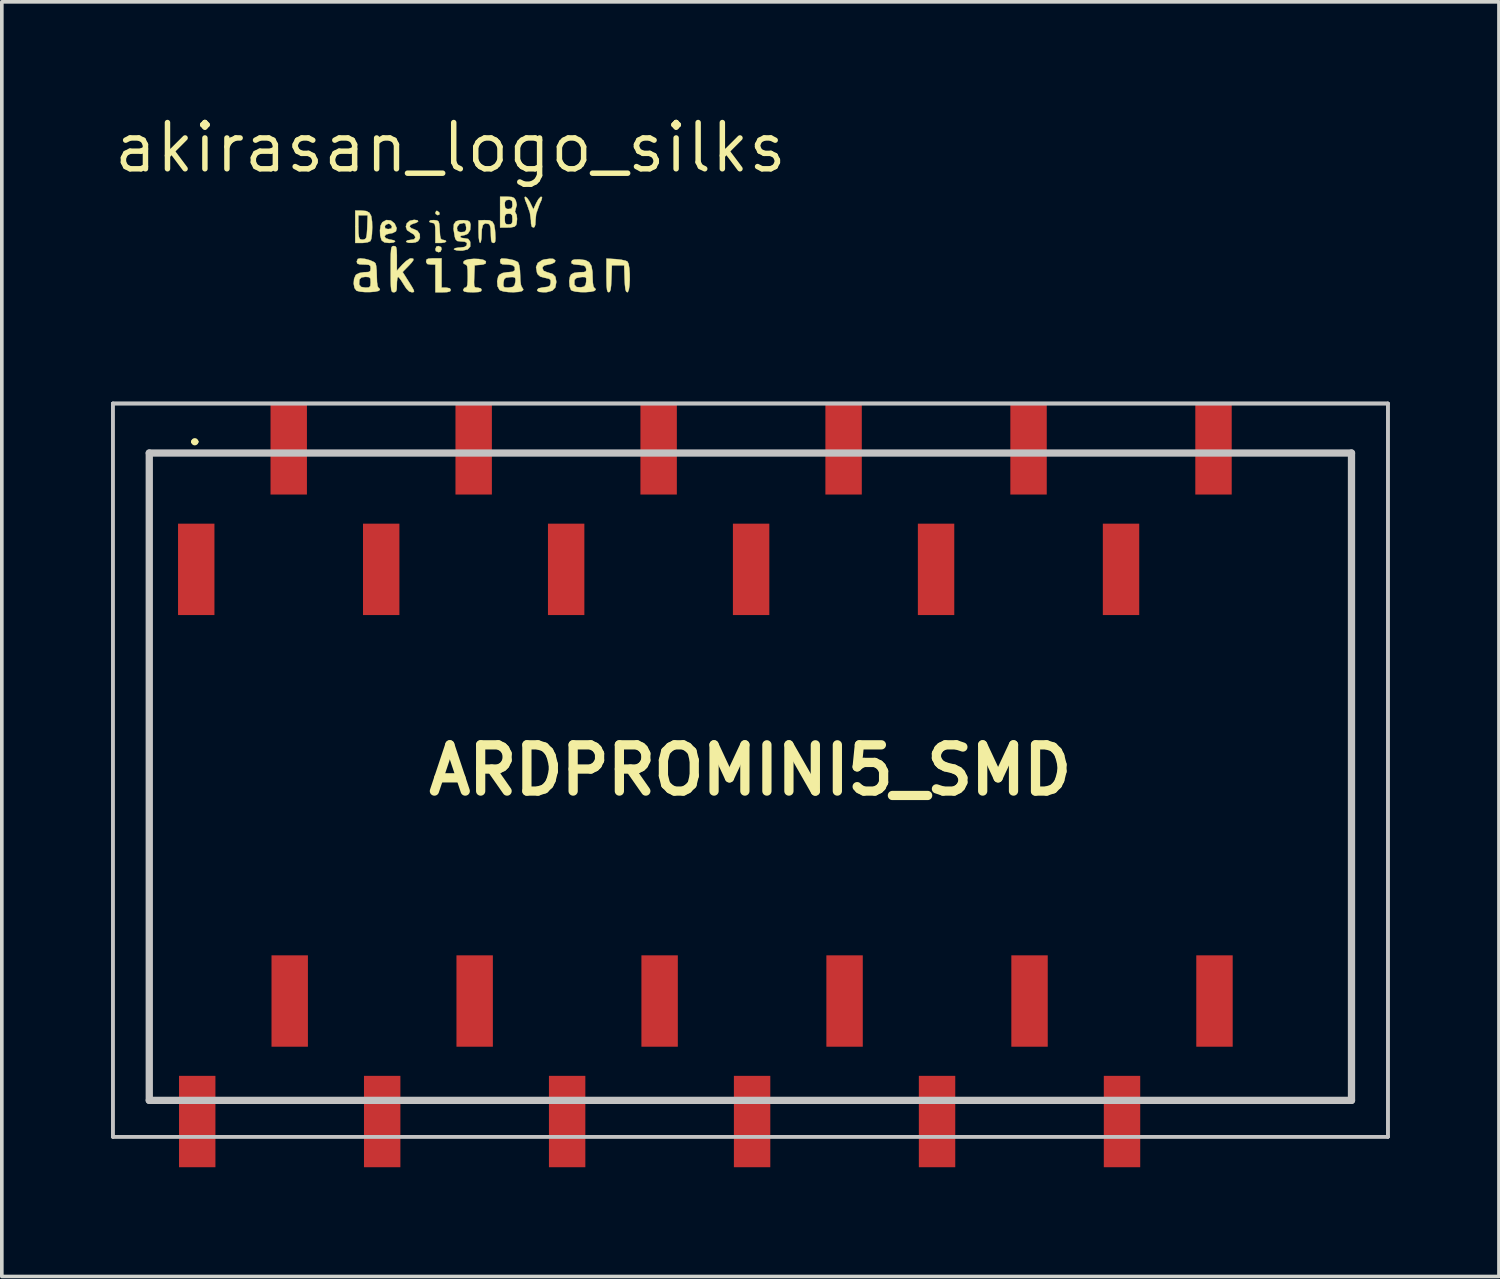
<source format=kicad_pcb>
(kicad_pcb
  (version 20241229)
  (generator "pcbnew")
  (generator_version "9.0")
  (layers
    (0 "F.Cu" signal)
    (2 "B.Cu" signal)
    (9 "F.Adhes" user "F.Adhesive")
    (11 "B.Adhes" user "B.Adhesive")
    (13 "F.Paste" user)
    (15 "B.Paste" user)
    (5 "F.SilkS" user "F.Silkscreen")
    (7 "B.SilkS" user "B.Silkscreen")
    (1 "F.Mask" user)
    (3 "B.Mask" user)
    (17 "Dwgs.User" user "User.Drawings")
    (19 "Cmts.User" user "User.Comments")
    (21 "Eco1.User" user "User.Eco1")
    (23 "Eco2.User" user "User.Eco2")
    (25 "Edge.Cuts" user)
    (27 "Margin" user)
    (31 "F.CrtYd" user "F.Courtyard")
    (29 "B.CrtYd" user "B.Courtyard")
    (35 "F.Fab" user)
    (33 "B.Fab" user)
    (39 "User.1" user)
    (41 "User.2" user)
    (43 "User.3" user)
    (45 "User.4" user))
  (footprint "akirasan_logo_silks"
    (layer "F.Cu")
    (at 9.451 4.086)
    (property "Reference" "akirasan_logo_silks" (at -0.13 -3.08 0) (layer "F.SilkS") (effects (font (size 1.27 1.27) (thickness 0.15))))
    (attr through_hole)
    (fp_poly (pts (xy -0.436 -1.3) (xy -0.429 -1.25) (xy -0.476 -1.225) (xy -0.534 -1.259) (xy -0.543 -1.292) (xy -0.518 -1.342) (xy -0.492 -1.343) (xy -0.436 -1.3)) (stroke (width 0.01) (type solid)) (fill yes) (layer "F.SilkS"))
    (fp_poly (pts (xy -0.387 -0.349) (xy -0.373 -0.294) (xy -0.403 -0.223) (xy -0.458 -0.209) (xy -0.529 -0.239) (xy -0.543 -0.294) (xy -0.513 -0.365) (xy -0.458 -0.379) (xy -0.387 -0.349)) (stroke (width 0.01) (type solid)) (fill yes) (layer "F.SilkS"))
    (fp_poly (pts (xy -0.373 0.764) (xy -0.246 0.764) (xy -0.146 0.783) (xy -0.119 0.828) (xy -0.142 0.868) (xy -0.22 0.887) (xy -0.331 0.891) (xy -0.543 0.891) (xy -0.543 0.129) (xy -0.67 0.129) (xy -0.763 0.116) (xy -0.795 0.067) (xy -0.797 0.045) (xy -0.786 -0.006) (xy -0.738 -0.031) (xy -0.634 -0.04) (xy -0.585 -0.04) (xy -0.373 -0.04) (xy -0.373 0.764)) (stroke (width 0.01) (type solid)) (fill yes) (layer "F.SilkS"))
    (fp_poly (pts (xy 2.388 -1.711) (xy 2.369 -1.638) (xy 2.316 -1.523) (xy 2.225 -1.264) (xy 2.209 -1.1) (xy 2.202 -0.966) (xy 2.179 -0.901) (xy 2.146 -0.887) (xy 2.105 -0.911) (xy 2.085 -0.992) (xy 2.082 -1.088) (xy 2.053 -1.296) (xy 1.978 -1.511) (xy 1.921 -1.649) (xy 1.91 -1.721) (xy 1.927 -1.733) (xy 1.976 -1.698) (xy 2.038 -1.61) (xy 2.065 -1.559) (xy 2.149 -1.385) (xy 2.228 -1.559) (xy 2.287 -1.664) (xy 2.345 -1.726) (xy 2.364 -1.733) (xy 2.388 -1.711)) (stroke (width 0.01) (type solid)) (fill yes) (layer "F.SilkS"))
    (fp_poly (pts (xy -0.574 -1.09) (xy -0.499 -1.08) (xy -0.457 -1.053) (xy -0.437 -0.99) (xy -0.427 -0.869) (xy -0.424 -0.813) (xy -0.414 -0.666) (xy -0.396 -0.586) (xy -0.364 -0.553) (xy -0.329 -0.548) (xy -0.261 -0.53) (xy -0.246 -0.506) (xy -0.284 -0.478) (xy -0.375 -0.464) (xy -0.395 -0.463) (xy -0.543 -0.463) (xy -0.543 -0.739) (xy -0.545 -0.887) (xy -0.557 -0.97) (xy -0.584 -1.006) (xy -0.627 -1.014) (xy -0.696 -1.033) (xy -0.712 -1.059) (xy -0.675 -1.086) (xy -0.584 -1.091) (xy -0.574 -1.09)) (stroke (width 0.01) (type solid)) (fill yes) (layer "F.SilkS"))
    (fp_poly (pts (xy 0.937 -1.086) (xy 1.022 -1.049) (xy 1.071 -0.964) (xy 1.095 -0.816) (xy 1.1 -0.741) (xy 1.107 -0.59) (xy 1.101 -0.505) (xy 1.078 -0.469) (xy 1.05 -0.463) (xy 1.01 -0.479) (xy 0.989 -0.539) (xy 0.982 -0.661) (xy 0.981 -0.713) (xy 0.974 -0.869) (xy 0.951 -0.956) (xy 0.918 -0.987) (xy 0.823 -1.002) (xy 0.763 -0.955) (xy 0.733 -0.839) (xy 0.727 -0.713) (xy 0.721 -0.579) (xy 0.704 -0.489) (xy 0.685 -0.463) (xy 0.664 -0.503) (xy 0.649 -0.609) (xy 0.643 -0.764) (xy 0.643 -0.774) (xy 0.643 -1.084) (xy 0.801 -1.09) (xy 0.937 -1.086)) (stroke (width 0.01) (type solid)) (fill yes) (layer "F.SilkS"))
    (fp_poly (pts (xy 4.413 -0.019) (xy 4.561 -0.002) (xy 4.679 0.024) (xy 4.731 0.047) (xy 4.762 0.111) (xy 4.783 0.23) (xy 4.794 0.382) (xy 4.796 0.544) (xy 4.788 0.697) (xy 4.771 0.817) (xy 4.744 0.884) (xy 4.729 0.891) (xy 4.698 0.873) (xy 4.677 0.81) (xy 4.663 0.687) (xy 4.655 0.521) (xy 4.643 0.15) (xy 4.304 0.15) (xy 4.292 0.521) (xy 4.283 0.706) (xy 4.269 0.821) (xy 4.246 0.878) (xy 4.218 0.891) (xy 4.19 0.877) (xy 4.172 0.825) (xy 4.161 0.721) (xy 4.157 0.554) (xy 4.156 0.429) (xy 4.156 -0.034) (xy 4.413 -0.019)) (stroke (width 0.01) (type solid)) (fill yes) (layer "F.SilkS"))
    (fp_poly (pts (xy -2.444 -1.34) (xy -2.356 -1.294) (xy -2.305 -1.201) (xy -2.282 -1.047) (xy -2.278 -0.892) (xy -2.285 -0.708) (xy -2.304 -0.575) (xy -2.329 -0.514) (xy -2.401 -0.482) (xy -2.519 -0.465) (xy -2.562 -0.463) (xy -2.744 -0.463) (xy -2.744 -1.225) (xy -2.659 -1.225) (xy -2.659 -0.915) (xy -2.656 -0.735) (xy -2.642 -0.624) (xy -2.612 -0.568) (xy -2.558 -0.553) (xy -2.513 -0.557) (xy -2.469 -0.572) (xy -2.441 -0.613) (xy -2.426 -0.698) (xy -2.416 -0.845) (xy -2.414 -0.897) (xy -2.402 -1.225) (xy -2.659 -1.225) (xy -2.744 -1.225) (xy -2.744 -1.352) (xy -2.578 -1.352) (xy -2.444 -1.34)) (stroke (width 0.01) (type solid)) (fill yes) (layer "F.SilkS"))
    (fp_poly (pts (xy -1.032 -1.085) (xy -1.015 -1.053) (xy -1.072 -1.016) (xy -1.139 -0.998) (xy -1.23 -0.959) (xy -1.248 -0.907) (xy -1.193 -0.861) (xy -1.153 -0.85) (xy -1.036 -0.797) (xy -0.971 -0.704) (xy -0.968 -0.596) (xy -1.017 -0.514) (xy -1.085 -0.481) (xy -1.183 -0.466) (xy -1.279 -0.468) (xy -1.34 -0.49) (xy -1.347 -0.506) (xy -1.31 -0.535) (xy -1.222 -0.548) (xy -1.22 -0.548) (xy -1.125 -0.563) (xy -1.093 -0.614) (xy -1.093 -0.623) (xy -1.131 -0.694) (xy -1.22 -0.747) (xy -1.32 -0.816) (xy -1.354 -0.909) (xy -1.328 -1.001) (xy -1.248 -1.072) (xy -1.127 -1.098) (xy -1.032 -1.085)) (stroke (width 0.01) (type solid)) (fill yes) (layer "F.SilkS"))
    (fp_poly (pts (xy -1.767 -1.081) (xy -1.666 -1.001) (xy -1.662 -0.995) (xy -1.606 -0.87) (xy -1.626 -0.783) (xy -1.722 -0.734) (xy -1.784 -0.725) (xy -1.899 -0.696) (xy -1.939 -0.645) (xy -1.906 -0.593) (xy -1.8 -0.558) (xy -1.781 -0.556) (xy -1.675 -0.534) (xy -1.647 -0.503) (xy -1.694 -0.475) (xy -1.811 -0.463) (xy -1.811 -0.463) (xy -1.941 -0.478) (xy -2.013 -0.529) (xy -2.023 -0.545) (xy -2.058 -0.665) (xy -2.065 -0.811) (xy -2.048 -0.918) (xy -1.932 -0.918) (xy -1.92 -0.862) (xy -1.845 -0.844) (xy -1.834 -0.844) (xy -1.752 -0.859) (xy -1.735 -0.911) (xy -1.736 -0.918) (xy -1.784 -0.979) (xy -1.834 -0.993) (xy -1.909 -0.96) (xy -1.932 -0.918) (xy -2.048 -0.918) (xy -2.044 -0.946) (xy -2 -1.032) (xy -1.888 -1.093) (xy -1.767 -1.081)) (stroke (width 0.01) (type solid)) (fill yes) (layer "F.SilkS"))
    (fp_poly (pts (xy 0.652 -0.022) (xy 0.769 -0.001) (xy 0.838 0.036) (xy 0.846 0.053) (xy 0.835 0.103) (xy 0.766 0.129) (xy 0.698 0.137) (xy 0.537 0.15) (xy 0.524 0.457) (xy 0.519 0.615) (xy 0.523 0.707) (xy 0.543 0.75) (xy 0.582 0.763) (xy 0.62 0.764) (xy 0.706 0.786) (xy 0.727 0.828) (xy 0.708 0.865) (xy 0.639 0.885) (xy 0.504 0.891) (xy 0.473 0.891) (xy 0.326 0.886) (xy 0.247 0.869) (xy 0.22 0.835) (xy 0.219 0.828) (xy 0.253 0.772) (xy 0.283 0.764) (xy 0.316 0.748) (xy 0.336 0.688) (xy 0.345 0.569) (xy 0.346 0.447) (xy 0.343 0.281) (xy 0.332 0.183) (xy 0.309 0.138) (xy 0.28 0.129) (xy 0.229 0.098) (xy 0.227 0.055) (xy 0.274 0.012) (xy 0.378 -0.015) (xy 0.513 -0.027) (xy 0.652 -0.022)) (stroke (width 0.01) (type solid)) (fill yes) (layer "F.SilkS"))
    (fp_poly (pts (xy 2.683 -0.027) (xy 2.703 -0.022) (xy 2.754 0.02) (xy 2.734 0.068) (xy 2.654 0.11) (xy 2.566 0.129) (xy 2.453 0.154) (xy 2.405 0.196) (xy 2.4 0.233) (xy 2.428 0.301) (xy 2.523 0.341) (xy 2.541 0.345) (xy 2.68 0.39) (xy 2.752 0.465) (xy 2.776 0.591) (xy 2.776 0.621) (xy 2.75 0.761) (xy 2.666 0.848) (xy 2.518 0.888) (xy 2.434 0.891) (xy 2.309 0.882) (xy 2.256 0.85) (xy 2.251 0.83) (xy 2.288 0.784) (xy 2.403 0.759) (xy 2.431 0.756) (xy 2.546 0.741) (xy 2.602 0.709) (xy 2.623 0.642) (xy 2.624 0.633) (xy 2.623 0.561) (xy 2.584 0.522) (xy 2.486 0.498) (xy 2.464 0.494) (xy 2.339 0.461) (xy 2.271 0.401) (xy 2.249 0.355) (xy 2.222 0.201) (xy 2.272 0.083) (xy 2.395 0.006) (xy 2.459 -0.011) (xy 2.586 -0.028) (xy 2.683 -0.027)) (stroke (width 0.01) (type solid)) (fill yes) (layer "F.SilkS"))
    (fp_poly (pts (xy -1.643 -0.372) (xy -1.618 -0.339) (xy -1.606 -0.264) (xy -1.601 -0.129) (xy -1.601 -0.04) (xy -1.601 0.299) (xy -1.448 0.129) (xy -1.347 0.034) (xy -1.256 -0.028) (xy -1.215 -0.04) (xy -1.153 -0.031) (xy -1.145 0.005) (xy -1.195 0.076) (xy -1.289 0.177) (xy -1.443 0.335) (xy -1.267 0.613) (xy -1.181 0.752) (xy -1.136 0.835) (xy -1.129 0.876) (xy -1.155 0.89) (xy -1.189 0.891) (xy -1.264 0.868) (xy -1.341 0.788) (xy -1.411 0.68) (xy -1.482 0.566) (xy -1.541 0.489) (xy -1.568 0.468) (xy -1.587 0.506) (xy -1.599 0.603) (xy -1.601 0.68) (xy -1.605 0.807) (xy -1.624 0.87) (xy -1.666 0.89) (xy -1.686 0.891) (xy -1.718 0.887) (xy -1.741 0.866) (xy -1.756 0.816) (xy -1.765 0.724) (xy -1.769 0.578) (xy -1.77 0.364) (xy -1.77 0.256) (xy -1.77 0.012) (xy -1.767 -0.16) (xy -1.76 -0.272) (xy -1.748 -0.338) (xy -1.729 -0.369) (xy -1.7 -0.378) (xy -1.686 -0.379) (xy -1.643 -0.372)) (stroke (width 0.01) (type solid)) (fill yes) (layer "F.SilkS"))
    (fp_poly (pts (xy 1.552 -1.726) (xy 1.622 -1.696) (xy 1.666 -1.629) (xy 1.666 -1.627) (xy 1.693 -1.508) (xy 1.667 -1.417) (xy 1.643 -1.325) (xy 1.66 -1.288) (xy 1.69 -1.229) (xy 1.7 -1.123) (xy 1.69 -1.008) (xy 1.675 -0.954) (xy 1.628 -0.909) (xy 1.521 -0.889) (xy 1.442 -0.887) (xy 1.235 -0.887) (xy 1.235 -1.119) (xy 1.362 -1.119) (xy 1.37 -1.019) (xy 1.406 -0.978) (xy 1.468 -0.971) (xy 1.54 -0.982) (xy 1.569 -1.032) (xy 1.574 -1.119) (xy 1.566 -1.22) (xy 1.531 -1.261) (xy 1.468 -1.268) (xy 1.397 -1.257) (xy 1.367 -1.207) (xy 1.362 -1.119) (xy 1.235 -1.119) (xy 1.235 -1.522) (xy 1.362 -1.522) (xy 1.374 -1.431) (xy 1.422 -1.398) (xy 1.468 -1.395) (xy 1.544 -1.408) (xy 1.571 -1.466) (xy 1.574 -1.522) (xy 1.563 -1.612) (xy 1.514 -1.646) (xy 1.468 -1.649) (xy 1.393 -1.635) (xy 1.365 -1.577) (xy 1.362 -1.522) (xy 1.235 -1.522) (xy 1.235 -1.733) (xy 1.427 -1.733) (xy 1.552 -1.726)) (stroke (width 0.01) (type solid)) (fill yes) (layer "F.SilkS"))
    (fp_poly (pts (xy 0.24 -1.088) (xy 0.351 -1.074) (xy 0.404 -1.038) (xy 0.423 -0.964) (xy 0.423 -0.963) (xy 0.412 -0.818) (xy 0.349 -0.716) (xy 0.246 -0.675) (xy 0.239 -0.675) (xy 0.16 -0.66) (xy 0.135 -0.633) (xy 0.171 -0.603) (xy 0.26 -0.59) (xy 0.261 -0.59) (xy 0.359 -0.573) (xy 0.407 -0.509) (xy 0.414 -0.484) (xy 0.414 -0.363) (xy 0.344 -0.286) (xy 0.201 -0.253) (xy 0.151 -0.252) (xy 0.039 -0.26) (xy -0.027 -0.282) (xy -0.035 -0.294) (xy 0.003 -0.321) (xy 0.096 -0.335) (xy 0.13 -0.336) (xy 0.255 -0.352) (xy 0.317 -0.394) (xy 0.318 -0.396) (xy 0.324 -0.463) (xy 0.268 -0.497) (xy 0.154 -0.506) (xy 0.057 -0.517) (xy 0.009 -0.568) (xy -0.012 -0.643) (xy -0.044 -0.845) (xy -0.042 -0.861) (xy 0.05 -0.861) (xy 0.065 -0.788) (xy 0.125 -0.762) (xy 0.177 -0.76) (xy 0.267 -0.77) (xy 0.3 -0.82) (xy 0.304 -0.887) (xy 0.286 -0.986) (xy 0.244 -1.014) (xy 0.118 -0.986) (xy 0.056 -0.907) (xy 0.05 -0.861) (xy -0.042 -0.861) (xy -0.034 -0.979) (xy 0.022 -1.057) (xy 0.131 -1.089) (xy 0.24 -1.088)) (stroke (width 0.01) (type solid)) (fill yes) (layer "F.SilkS"))
    (fp_poly (pts (xy 3.576 0.009) (xy 3.682 0.066) (xy 3.744 0.17) (xy 3.772 0.337) (xy 3.775 0.473) (xy 3.781 0.623) (xy 3.796 0.726) (xy 3.818 0.764) (xy 3.856 0.798) (xy 3.86 0.821) (xy 3.822 0.855) (xy 3.724 0.877) (xy 3.59 0.888) (xy 3.445 0.887) (xy 3.311 0.874) (xy 3.214 0.849) (xy 3.183 0.828) (xy 3.144 0.731) (xy 3.134 0.597) (xy 3.138 0.566) (xy 3.275 0.566) (xy 3.276 0.686) (xy 3.338 0.748) (xy 3.447 0.756) (xy 3.543 0.736) (xy 3.585 0.682) (xy 3.598 0.603) (xy 3.602 0.512) (xy 3.576 0.475) (xy 3.495 0.472) (xy 3.45 0.476) (xy 3.331 0.5) (xy 3.278 0.552) (xy 3.275 0.566) (xy 3.138 0.566) (xy 3.152 0.469) (xy 3.184 0.403) (xy 3.265 0.36) (xy 3.402 0.341) (xy 3.424 0.341) (xy 3.54 0.337) (xy 3.592 0.316) (xy 3.601 0.268) (xy 3.598 0.246) (xy 3.578 0.187) (xy 3.523 0.155) (xy 3.41 0.139) (xy 3.381 0.137) (xy 3.257 0.124) (xy 3.2 0.099) (xy 3.192 0.055) (xy 3.192 0.053) (xy 3.219 0.009) (xy 3.29 -0.01) (xy 3.416 -0.011) (xy 3.576 0.009)) (stroke (width 0.01) (type solid)) (fill yes) (layer "F.SilkS"))
    (fp_poly (pts (xy 1.358 -0.034) (xy 1.458 -0.022) (xy 1.604 0.008) (xy 1.707 0.053) (xy 1.733 0.076) (xy 1.761 0.156) (xy 1.78 0.293) (xy 1.786 0.431) (xy 1.792 0.579) (xy 1.807 0.691) (xy 1.828 0.743) (xy 1.868 0.805) (xy 1.87 0.826) (xy 1.833 0.86) (xy 1.735 0.882) (xy 1.603 0.89) (xy 1.46 0.886) (xy 1.329 0.869) (xy 1.237 0.839) (xy 1.217 0.825) (xy 1.165 0.723) (xy 1.165 0.719) (xy 1.325 0.719) (xy 1.359 0.757) (xy 1.451 0.764) (xy 1.461 0.764) (xy 1.583 0.744) (xy 1.633 0.697) (xy 1.655 0.597) (xy 1.659 0.547) (xy 1.646 0.492) (xy 1.591 0.473) (xy 1.5 0.476) (xy 1.394 0.492) (xy 1.346 0.533) (xy 1.328 0.622) (xy 1.328 0.627) (xy 1.325 0.719) (xy 1.165 0.719) (xy 1.154 0.588) (xy 1.182 0.461) (xy 1.217 0.408) (xy 1.305 0.362) (xy 1.432 0.341) (xy 1.448 0.341) (xy 1.581 0.328) (xy 1.641 0.284) (xy 1.636 0.204) (xy 1.633 0.197) (xy 1.58 0.149) (xy 1.462 0.13) (xy 1.421 0.129) (xy 1.305 0.124) (xy 1.25 0.1) (xy 1.235 0.048) (xy 1.235 0.039) (xy 1.242 -0.012) (xy 1.276 -0.035) (xy 1.358 -0.034)) (stroke (width 0.01) (type solid)) (fill yes) (layer "F.SilkS"))
    (fp_poly (pts (xy -2.475 -0.025) (xy -2.339 0.011) (xy -2.231 0.06) (xy -2.187 0.097) (xy -2.17 0.164) (xy -2.157 0.289) (xy -2.152 0.446) (xy -2.152 0.457) (xy -2.146 0.613) (xy -2.131 0.721) (xy -2.11 0.764) (xy -2.109 0.764) (xy -2.071 0.798) (xy -2.067 0.823) (xy -2.105 0.854) (xy -2.203 0.875) (xy -2.336 0.886) (xy -2.48 0.886) (xy -2.611 0.874) (xy -2.704 0.85) (xy -2.712 0.845) (xy -2.765 0.772) (xy -2.782 0.677) (xy -2.638 0.677) (xy -2.581 0.745) (xy -2.464 0.764) (xy -2.368 0.757) (xy -2.329 0.72) (xy -2.321 0.625) (xy -2.321 0.616) (xy -2.327 0.517) (xy -2.364 0.476) (xy -2.456 0.468) (xy -2.464 0.468) (xy -2.571 0.482) (xy -2.622 0.533) (xy -2.63 0.557) (xy -2.638 0.677) (xy -2.782 0.677) (xy -2.786 0.655) (xy -2.776 0.527) (xy -2.733 0.423) (xy -2.72 0.408) (xy -2.631 0.362) (xy -2.502 0.341) (xy -2.487 0.341) (xy -2.379 0.335) (xy -2.332 0.307) (xy -2.321 0.241) (xy -2.321 0.235) (xy -2.329 0.17) (xy -2.367 0.139) (xy -2.46 0.13) (xy -2.511 0.129) (xy -2.63 0.124) (xy -2.687 0.101) (xy -2.702 0.051) (xy -2.702 0.045) (xy -2.674 -0.024) (xy -2.606 -0.04) (xy -2.475 -0.025)) (stroke (width 0.01) (type solid)) (fill yes) (layer "F.SilkS")))
  (footprint "ARDPROMINI5_SMD"
    (layer "F.Cu")
    (at 2.32 10.663)
    (property "Reference" "ARDPROMINI5_SMD" (at 15.24 7.44 0) (layer "F.SilkS") (effects (font (size 1.27 1.27) (thickness 0.254))))
    (attr through_hole)
    (fp_line (start -1.27 -1.27) (end 31.75 -1.27) (stroke (width 0.1) (type solid)) (layer "F.SilkS"))
    (fp_line (start -1.27 16.51) (end -1.27 -1.27) (stroke (width 0.1) (type solid)) (layer "F.SilkS"))
    (fp_line (start -0.07 -1.58) (end -0.07 -1.58) (stroke (width 0.1) (type solid)) (layer "F.SilkS"))
    (fp_line (start 0.03 -1.58) (end 0.03 -1.58) (stroke (width 0.1) (type solid)) (layer "F.SilkS"))
    (fp_line (start 31.75 -1.27) (end 31.75 16.51) (stroke (width 0.1) (type solid)) (layer "F.SilkS"))
    (fp_line (start 31.75 16.51) (end -1.27 16.51) (stroke (width 0.1) (type solid)) (layer "F.SilkS"))
    (fp_arc (start -0.07 -1.58) (mid -0.02 -1.63) (end 0.03 -1.58) (stroke (width 0.1) (type solid)) (layer "F.SilkS"))
    (fp_arc (start 0.03 -1.58) (mid -0.02 -1.53) (end -0.07 -1.58) (stroke (width 0.1) (type solid)) (layer "F.SilkS"))
    (fp_line (start -2.27 -2.63) (end 32.75 -2.63) (stroke (width 0.1) (type solid)) (layer "Dwgs.User"))
    (fp_line (start -2.27 -2.63) (end 32.75 -2.63) (stroke (width 0.1) (type solid)) (layer "Dwgs.User"))
    (fp_line (start -2.27 17.51) (end -2.27 -2.63) (stroke (width 0.1) (type solid)) (layer "Dwgs.User"))
    (fp_line (start -2.27 17.51) (end -2.27 -2.63) (stroke (width 0.1) (type solid)) (layer "Dwgs.User"))
    (fp_line (start -1.27 -1.27) (end 31.75 -1.27) (stroke (width 0.2) (type solid)) (layer "Dwgs.User"))
    (fp_line (start -1.27 16.51) (end -1.27 -1.27) (stroke (width 0.2) (type solid)) (layer "Dwgs.User"))
    (fp_line (start 31.75 -1.27) (end 31.75 16.51) (stroke (width 0.2) (type solid)) (layer "Dwgs.User"))
    (fp_line (start 31.75 16.51) (end -1.27 16.51) (stroke (width 0.2) (type solid)) (layer "Dwgs.User"))
    (fp_line (start 32.75 -2.63) (end 32.75 17.51) (stroke (width 0.1) (type solid)) (layer "Dwgs.User"))
    (fp_line (start 32.75 -2.63) (end 32.75 17.51) (stroke (width 0.1) (type solid)) (layer "Dwgs.User"))
    (fp_line (start 32.75 17.51) (end -2.27 17.51) (stroke (width 0.1) (type solid)) (layer "Dwgs.User"))
    (fp_line (start 32.75 17.51) (end -2.27 17.51) (stroke (width 0.1) (type solid)) (layer "Dwgs.User"))
    (pad "1" smd rect (at 0.02 1.925 90) (size 2.51 1) (layers "F.Cu" "F.Mask" "F.Paste"))
    (pad "2" smd rect (at 2.56 -1.385 90) (size 2.51 1) (layers "F.Cu" "F.Mask" "F.Paste"))
    (pad "3" smd rect (at 5.1 1.925 90) (size 2.51 1) (layers "F.Cu" "F.Mask" "F.Paste"))
    (pad "4" smd rect (at 7.64 -1.385 90) (size 2.51 1) (layers "F.Cu" "F.Mask" "F.Paste"))
    (pad "5" smd rect (at 10.18 1.925 90) (size 2.51 1) (layers "F.Cu" "F.Mask" "F.Paste"))
    (pad "6" smd rect (at 12.72 -1.385 90) (size 2.51 1) (layers "F.Cu" "F.Mask" "F.Paste"))
    (pad "7" smd rect (at 15.26 1.925 90) (size 2.51 1) (layers "F.Cu" "F.Mask" "F.Paste"))
    (pad "8" smd rect (at 17.8 -1.385 90) (size 2.51 1) (layers "F.Cu" "F.Mask" "F.Paste"))
    (pad "9" smd rect (at 20.34 1.925 90) (size 2.51 1) (layers "F.Cu" "F.Mask" "F.Paste"))
    (pad "10" smd rect (at 22.88 -1.385 90) (size 2.51 1) (layers "F.Cu" "F.Mask" "F.Paste"))
    (pad "11" smd rect (at 25.42 1.925 90) (size 2.51 1) (layers "F.Cu" "F.Mask" "F.Paste"))
    (pad "12" smd rect (at 27.96 -1.385 90) (size 2.51 1) (layers "F.Cu" "F.Mask" "F.Paste"))
    (pad "13" smd rect (at 27.987 13.781 270) (size 2.51 1) (layers "F.Cu" "F.Mask" "F.Paste"))
    (pad "14" smd rect (at 25.447 17.091 270) (size 2.51 1) (layers "F.Cu" "F.Mask" "F.Paste"))
    (pad "15" smd rect (at 22.907 13.781 270) (size 2.51 1) (layers "F.Cu" "F.Mask" "F.Paste"))
    (pad "16" smd rect (at 20.367 17.091 270) (size 2.51 1) (layers "F.Cu" "F.Mask" "F.Paste"))
    (pad "17" smd rect (at 17.827 13.781 270) (size 2.51 1) (layers "F.Cu" "F.Mask" "F.Paste"))
    (pad "18" smd rect (at 15.287 17.091 270) (size 2.51 1) (layers "F.Cu" "F.Mask" "F.Paste"))
    (pad "19" smd rect (at 12.747 13.781 270) (size 2.51 1) (layers "F.Cu" "F.Mask" "F.Paste"))
    (pad "20" smd rect (at 10.207 17.091 270) (size 2.51 1) (layers "F.Cu" "F.Mask" "F.Paste"))
    (pad "21" smd rect (at 7.667 13.781 270) (size 2.51 1) (layers "F.Cu" "F.Mask" "F.Paste"))
    (pad "22" smd rect (at 5.127 17.091 270) (size 2.51 1) (layers "F.Cu" "F.Mask" "F.Paste"))
    (pad "23" smd rect (at 2.587 13.781 270) (size 2.51 1) (layers "F.Cu" "F.Mask" "F.Paste"))
    (pad "24" smd rect (at 0.047 17.091 270) (size 2.51 1) (layers "F.Cu" "F.Mask" "F.Paste")))
  (gr_rect
    (start -3 -3)
    (end 38.12 32.009)
    (stroke (width 0.1) (type default))
    (fill no)
    (layer "Edge.Cuts")))
</source>
